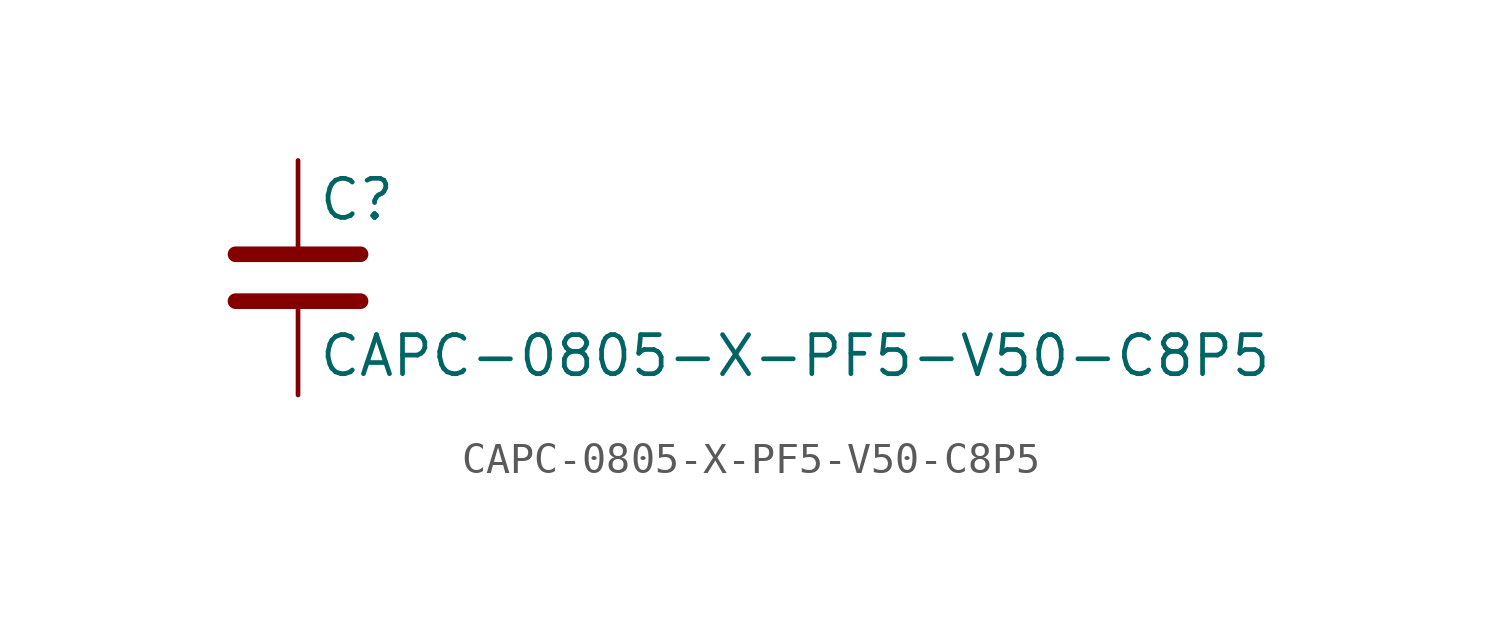
<source format=kicad_sym>
(kicad_symbol_lib
  (version 20211014)
  (generator kicad_symbol_editor)
  (symbol "CAPC-0805-X-PF5-V50-C8P5"
    (pin_numbers hide)
    (pin_names
      (offset 0.254))
    (property "Reference" "C"
      (at 0.635 2.54 0)
      (effects (font (size 1.27 1.27)) (justify left)))
    (property "Value" "CAPC-0805-X-PF5-V50-C8P5"
      (at 0.635 -2.54 0)
      (effects (font (size 1.27 1.27)) (justify left)))
    (symbol "CAPC-0805-X-PF5-V50-C8P5_0_1"
      (polyline (pts (xy -2.032 -0.762) (xy 2.032 -0.762)) (stroke (width 0.508) (type default) (color 0 0 0 0)) (fill (type none)))
      (polyline (pts (xy -2.032 0.762) (xy 2.032 0.762)) (stroke (width 0.508) (type default) (color 0 0 0 0)) (fill (type none))))
    (symbol "CAPC-0805-X-PF5-V50-C8P5_1_1"
      (pin passive line (at 0 3.81 270) (length 2.794) (name "~" (effects (font (size 1.27 1.27)))) (number "1" (effects (font (size 1.27 1.27)))))
      (pin passive line (at 0 -3.81 90) (length 2.794) (name "~" (effects (font (size 1.27 1.27)))) (number "2" (effects (font (size 1.27 1.27))))))))
</source>
